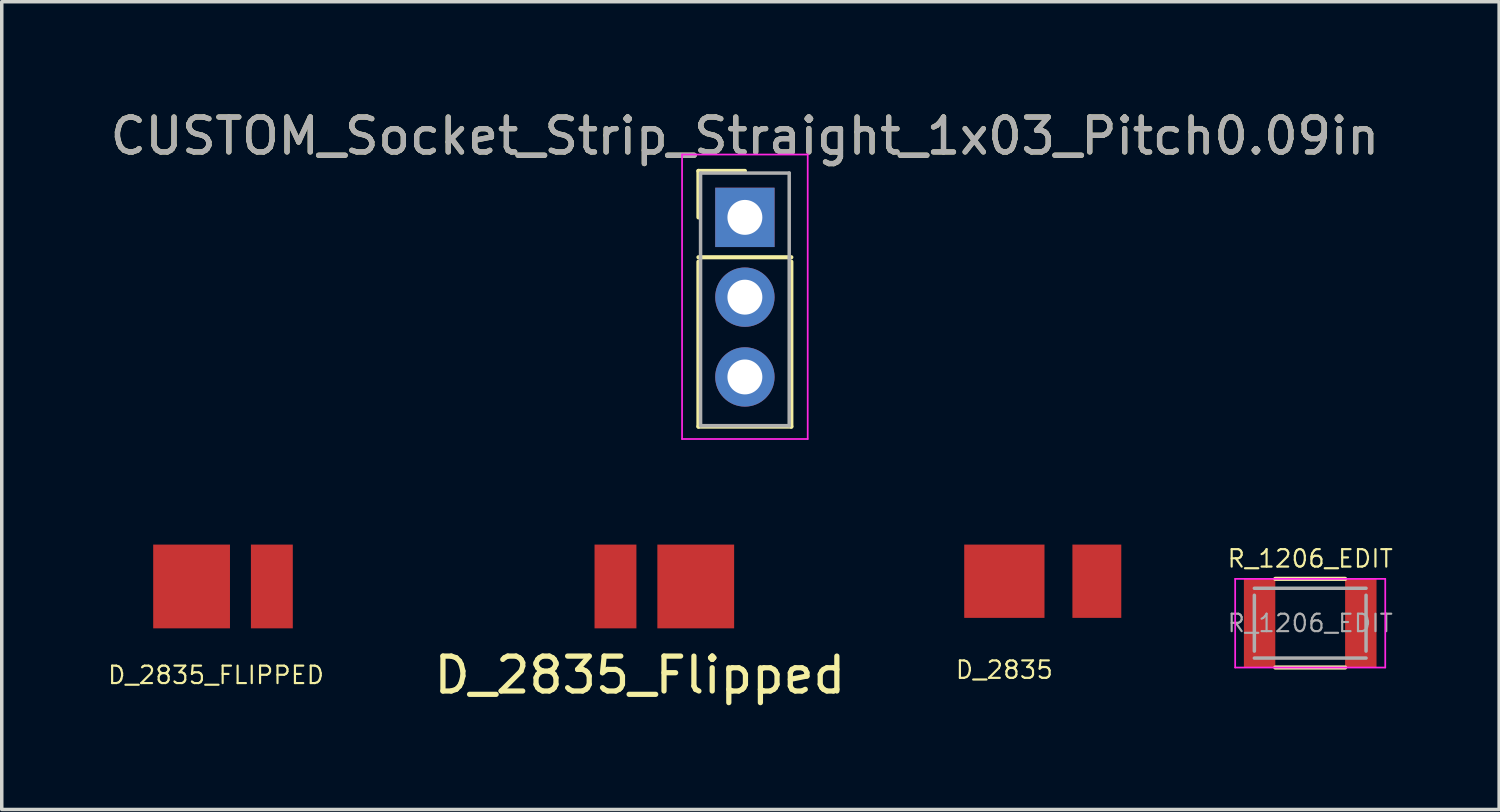
<source format=kicad_pcb>
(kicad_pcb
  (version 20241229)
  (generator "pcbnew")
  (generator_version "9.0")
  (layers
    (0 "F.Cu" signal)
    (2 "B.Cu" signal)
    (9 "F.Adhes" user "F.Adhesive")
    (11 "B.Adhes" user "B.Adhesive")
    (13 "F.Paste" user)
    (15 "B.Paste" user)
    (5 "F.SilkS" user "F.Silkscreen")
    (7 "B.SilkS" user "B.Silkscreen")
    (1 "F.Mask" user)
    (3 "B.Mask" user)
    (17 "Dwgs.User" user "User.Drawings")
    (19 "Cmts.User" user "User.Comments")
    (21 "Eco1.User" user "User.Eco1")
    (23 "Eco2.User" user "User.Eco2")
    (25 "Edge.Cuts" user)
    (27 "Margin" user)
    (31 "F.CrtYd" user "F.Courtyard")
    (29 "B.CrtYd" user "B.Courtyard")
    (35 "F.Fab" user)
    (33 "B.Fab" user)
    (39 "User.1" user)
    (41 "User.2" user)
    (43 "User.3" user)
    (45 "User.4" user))
  (footprint "R_1206_EDIT"
    (placed yes)
    (layer "F.Cu")
    (at 34.489 14.805)
    (property "Reference" "R_1206_EDIT" (at 0 -1.85 0) (layer "F.SilkS") (effects (font (size 0.5 0.5) (thickness 0.062))))
    (attr smd)
    (fp_line (start -1 -1.27) (end 1 -1.27) (stroke (width 0.12) (type solid)) (layer "F.SilkS"))
    (fp_line (start 1 1.27) (end -1 1.27) (stroke (width 0.12) (type solid)) (layer "F.SilkS"))
    (fp_line (start -2.15 -1.27) (end -2.15 1.27) (stroke (width 0.05) (type solid)) (layer "F.CrtYd"))
    (fp_line (start -2.15 -1.27) (end 2.15 -1.27) (stroke (width 0.05) (type solid)) (layer "F.CrtYd"))
    (fp_line (start 2.15 1.27) (end -2.15 1.27) (stroke (width 0.05) (type solid)) (layer "F.CrtYd"))
    (fp_line (start 2.15 1.27) (end 2.15 -1.27) (stroke (width 0.05) (type solid)) (layer "F.CrtYd"))
    (fp_line (start -1.6 -1) (end 1.6 -1) (stroke (width 0.1) (type solid)) (layer "F.Fab"))
    (fp_line (start -1.6 0.8) (end -1.6 -0.8) (stroke (width 0.1) (type solid)) (layer "F.Fab"))
    (fp_line (start 1.6 -0.8) (end 1.6 0.8) (stroke (width 0.1) (type solid)) (layer "F.Fab"))
    (fp_line (start 1.6 1) (end -1.6 1) (stroke (width 0.1) (type solid)) (layer "F.Fab"))
    (fp_text user "${REFERENCE}" (at 0 0 0) (layer "F.Fab") (effects (font (size 0.5 0.5) (thickness 0.062))))
    (pad "1" smd rect (at -1.45 0) (size 0.9 2.54) (layers "F.Cu" "F.Mask" "F.Paste"))
    (pad "2" smd rect (at 1.45 0) (size 0.9 2.54) (layers "F.Cu" "F.Mask" "F.Paste")))
  (footprint "D_2835"
    (placed yes)
    (layer "F.Cu")
    (at 25.726 13.603)
    (property "Reference" "D_2835" (at 0 2.54 0) (layer "F.SilkS") (effects (font (size 0.5 0.5) (thickness 0.062))))
    (attr smd)
    (pad "1" smd rect (at 0 0) (size 2.3 2.1) (layers "F.Cu" "F.Mask" "F.Paste"))
    (pad "2" smd rect (at 2.65 0) (size 1.4 2.1) (layers "F.Cu" "F.Mask" "F.Paste")))
  (footprint "CUSTOM_Socket_Strip_Straight_1x03_Pitch0.09in"
    (layer "F.Cu")
    (at 18.292 3.178)
    (property "Reference" "CUSTOM_Socket_Strip_Straight_1x03_Pitch0.09in" (at 0 -2.33 0) (layer "F.SilkS") (effects (font (size 1 1) (thickness 0.15))))
    (attr through_hole)
    (fp_line (start -1.33 -1.33) (end 0 -1.33) (stroke (width 0.12) (type solid)) (layer "F.SilkS"))
    (fp_line (start -1.33 0) (end -1.33 -1.33) (stroke (width 0.12) (type solid)) (layer "F.SilkS"))
    (fp_line (start -1.33 1.27) (end -1.33 5.994) (stroke (width 0.12) (type solid)) (layer "F.SilkS"))
    (fp_line (start -1.33 5.994) (end 1.33 5.994) (stroke (width 0.12) (type solid)) (layer "F.SilkS"))
    (fp_line (start 1.33 1.143) (end -1.33 1.143) (stroke (width 0.12) (type solid)) (layer "F.SilkS"))
    (fp_line (start 1.33 5.994) (end 1.33 1.27) (stroke (width 0.12) (type solid)) (layer "F.SilkS"))
    (fp_line (start -1.8 -1.8) (end -1.8 6.35) (stroke (width 0.05) (type solid)) (layer "F.CrtYd"))
    (fp_line (start -1.8 6.35) (end 1.8 6.35) (stroke (width 0.05) (type solid)) (layer "F.CrtYd"))
    (fp_line (start 1.8 -1.8) (end -1.8 -1.8) (stroke (width 0.05) (type solid)) (layer "F.CrtYd"))
    (fp_line (start 1.8 6.35) (end 1.8 -1.8) (stroke (width 0.05) (type solid)) (layer "F.CrtYd"))
    (fp_line (start -1.27 -1.27) (end -1.27 5.969) (stroke (width 0.1) (type solid)) (layer "F.Fab"))
    (fp_line (start -1.27 5.969) (end 1.27 5.969) (stroke (width 0.1) (type solid)) (layer "F.Fab"))
    (fp_line (start 1.27 -1.27) (end -1.27 -1.27) (stroke (width 0.1) (type solid)) (layer "F.Fab"))
    (fp_line (start 1.27 5.969) (end 1.27 -1.27) (stroke (width 0.1) (type solid)) (layer "F.Fab"))
    (fp_text user "${REFERENCE}" (at 0 -2.33 0) (layer "F.Fab") (effects (font (size 1 1) (thickness 0.15))))
    (pad "1" thru_hole rect (at 0 0) (size 1.7 1.7) (drill 1) (layers "*.Cu" "*.Mask"))
    (pad "2" thru_hole oval (at 0 2.286) (size 1.7 1.7) (drill 1) (layers "*.Cu" "*.Mask"))
    (pad "3" thru_hole oval (at 0 4.572) (size 1.7 1.7) (drill 1) (layers "*.Cu" "*.Mask")))
  (footprint "D_2835_FLIPPED"
    (placed yes)
    (layer "F.Cu")
    (at 3.139 13.753)
    (property "Reference" "D_2835_FLIPPED" (at 0 2.54 0) (layer "F.SilkS") (effects (font (size 0.5 0.5) (thickness 0.062))))
    (attr through_hole)
    (pad "1" smd rect (at 1.6 0) (size 1.2 2.4) (layers "F.Cu" "F.Mask" "F.Paste"))
    (pad "2" smd rect (at -0.7 0) (size 2.2 2.4) (layers "F.Cu" "F.Mask" "F.Paste")))
  (footprint "D_2835_Flipped"
    (layer "F.Cu")
    (at 15.284 13.753)
    (property "Reference" "D_2835_Flipped" (at 0 2.54 0) (layer "F.SilkS") (effects (font (size 1 1) (thickness 0.15))))
    (attr through_hole)
    (pad "1" smd rect (at -0.7 0) (size 1.2 2.4) (layers "F.Cu" "F.Mask" "F.Paste"))
    (pad "2" smd rect (at 1.6 0) (size 2.2 2.4) (layers "F.Cu" "F.Mask" "F.Paste")))
  (gr_rect
    (start -3 -3)
    (end 39.902 20.142)
    (stroke (width 0.1) (type default))
    (fill no)
    (layer "Edge.Cuts")))
</source>
